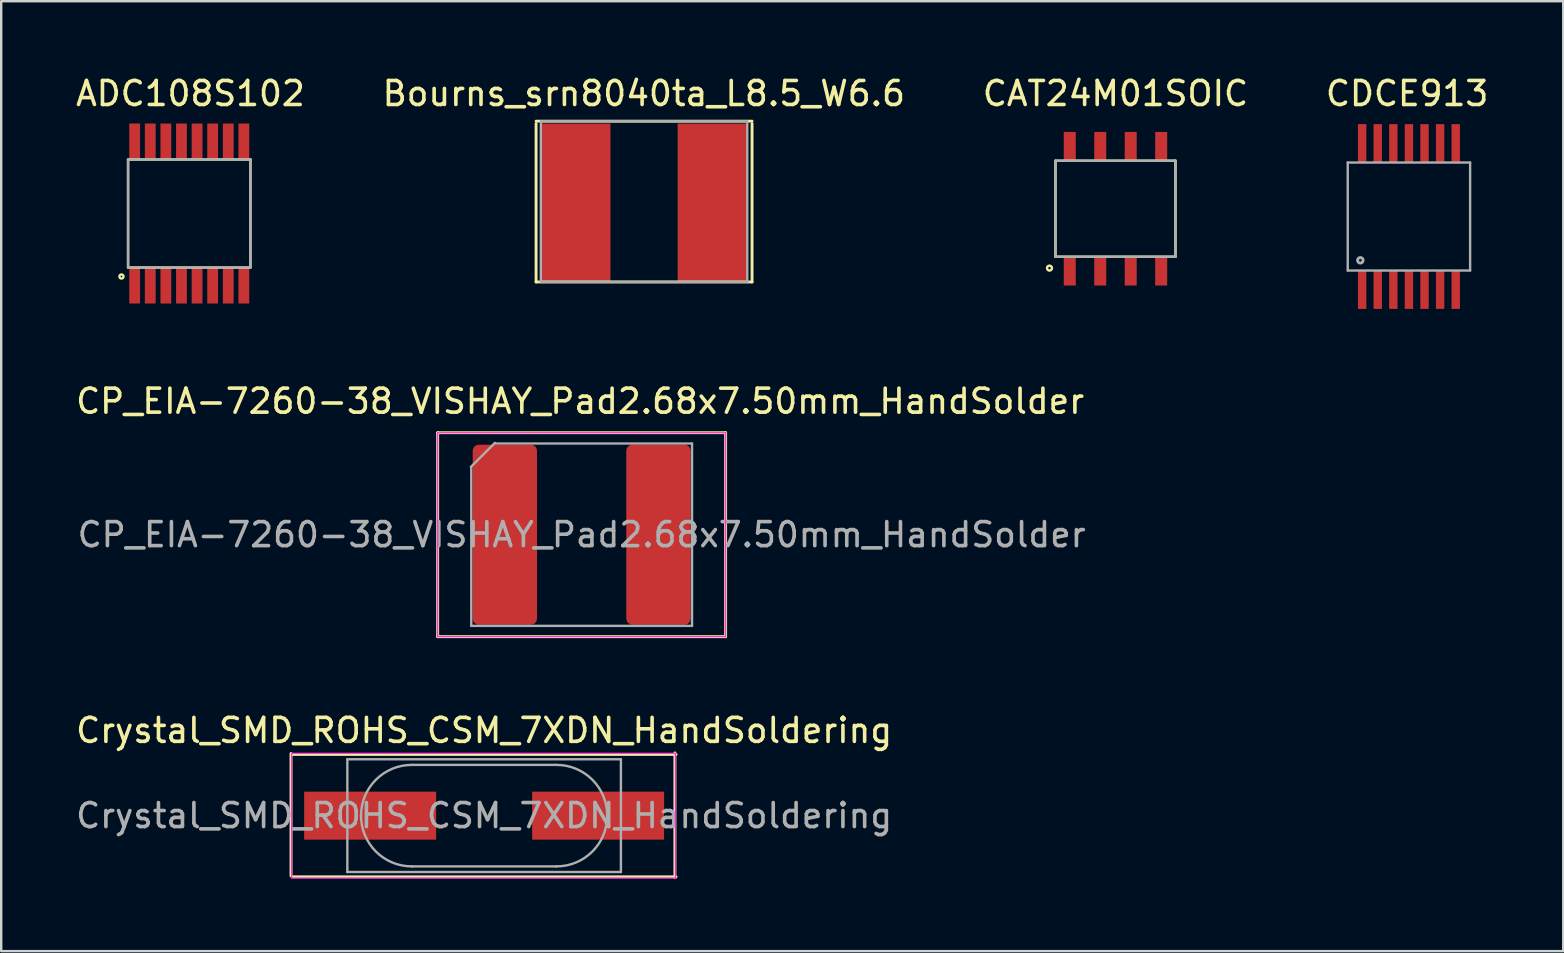
<source format=kicad_pcb>
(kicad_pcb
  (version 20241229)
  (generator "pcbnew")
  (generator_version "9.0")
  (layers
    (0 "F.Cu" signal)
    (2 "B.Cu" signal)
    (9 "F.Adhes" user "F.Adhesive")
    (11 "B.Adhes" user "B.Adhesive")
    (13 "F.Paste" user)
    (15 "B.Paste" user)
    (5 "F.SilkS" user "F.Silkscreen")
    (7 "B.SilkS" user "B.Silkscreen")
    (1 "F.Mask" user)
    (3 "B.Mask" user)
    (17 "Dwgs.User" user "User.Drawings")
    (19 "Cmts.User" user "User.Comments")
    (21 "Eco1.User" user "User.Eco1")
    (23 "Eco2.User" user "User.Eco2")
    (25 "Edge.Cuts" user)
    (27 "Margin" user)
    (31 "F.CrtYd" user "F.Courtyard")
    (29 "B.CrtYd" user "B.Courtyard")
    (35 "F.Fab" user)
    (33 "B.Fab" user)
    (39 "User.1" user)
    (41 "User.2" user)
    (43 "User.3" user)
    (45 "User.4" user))
  (footprint "CAT24M01SOIC"
    (layer "F.Cu")
    (at 43.435 5.648)
    (property "Reference" "CAT24M01SOIC" (at 0 -4.8 0) (layer "F.SilkS") (effects (font (size 1 1) (thickness 0.15))))
    (attr through_hole)
    (fp_line (start -2.5 -2) (end 2.5 -2) (stroke (width 0.1) (type solid)) (layer "F.SilkS"))
    (fp_line (start -2.5 2) (end -2.5 -2) (stroke (width 0.1) (type solid)) (layer "F.SilkS"))
    (fp_line (start 2.5 -2) (end 2.5 2) (stroke (width 0.1) (type solid)) (layer "F.SilkS"))
    (fp_line (start 2.5 2) (end -2.5 2) (stroke (width 0.1) (type solid)) (layer "F.SilkS"))
    (fp_circle (center -2.75 2.475) (end -2.647 2.475) (stroke (width 0.1) (type solid)) (fill no) (layer "F.SilkS"))
    (fp_line (start -2.5 -2) (end -2.5 2) (stroke (width 0.1) (type solid)) (layer "F.Fab"))
    (fp_line (start -2.5 -2) (end 2.5 -2) (stroke (width 0.1) (type solid)) (layer "F.Fab"))
    (fp_line (start 2.5 -2) (end 2.5 2) (stroke (width 0.1) (type solid)) (layer "F.Fab"))
    (fp_line (start 2.5 2) (end -2.5 2) (stroke (width 0.1) (type solid)) (layer "F.Fab"))
    (pad "1" smd rect (at -1.905 2) (size 0.5 1.2) (drill (offset 0 0.6)) (layers "F.Cu" "F.Mask" "F.Paste"))
    (pad "2" smd rect (at -0.635 2) (size 0.5 1.2) (drill (offset 0 0.6)) (layers "F.Cu" "F.Mask" "F.Paste"))
    (pad "3" smd rect (at 0.635 2) (size 0.5 1.2) (drill (offset 0 0.6)) (layers "F.Cu" "F.Mask" "F.Paste"))
    (pad "4" smd rect (at 1.905 2) (size 0.5 1.2) (drill (offset 0 0.6)) (layers "F.Cu" "F.Mask" "F.Paste"))
    (pad "5" smd rect (at 1.905 -2) (size 0.5 1.2) (drill (offset 0 -0.6)) (layers "F.Cu" "F.Mask" "F.Paste"))
    (pad "6" smd rect (at 0.635 -2) (size 0.5 1.2) (drill (offset 0 -0.6)) (layers "F.Cu" "F.Mask" "F.Paste"))
    (pad "7" smd rect (at -0.635 -2) (size 0.5 1.2) (drill (offset 0 -0.6)) (layers "F.Cu" "F.Mask" "F.Paste"))
    (pad "8" smd rect (at -1.905 -2) (size 0.5 1.2) (drill (offset 0 -0.6)) (layers "F.Cu" "F.Mask" "F.Paste")))
  (footprint "CP_EIA-7260-38_VISHAY_Pad2.68x7.50mm_HandSolder"
    (layer "F.Cu")
    (at 21.189 19.232)
    (property "Reference" "CP_EIA-7260-38_VISHAY_Pad2.68x7.50mm_HandSolder" (at -0.064 -5.561 0) (layer "F.SilkS") (effects (font (size 1 1) (thickness 0.15))))
    (attr smd)
    (fp_line (start -6 -4.25) (end -6 4.25) (stroke (width 0.12) (type solid)) (layer "F.SilkS"))
    (fp_line (start -6 4.25) (end 6 4.25) (stroke (width 0.12) (type solid)) (layer "F.SilkS"))
    (fp_line (start 6 -4.25) (end -6 -4.25) (stroke (width 0.12) (type solid)) (layer "F.SilkS"))
    (fp_line (start 6 -4.25) (end 6 4.25) (stroke (width 0.12) (type solid)) (layer "F.SilkS"))
    (fp_line (start -6 -4.25) (end 6 -4.25) (stroke (width 0.05) (type solid)) (layer "F.CrtYd"))
    (fp_line (start -6 4.25) (end -6 -4.25) (stroke (width 0.05) (type solid)) (layer "F.CrtYd"))
    (fp_line (start 6 -4.25) (end 6 4.25) (stroke (width 0.05) (type solid)) (layer "F.CrtYd"))
    (fp_line (start 6 4.25) (end -6 4.25) (stroke (width 0.05) (type solid)) (layer "F.CrtYd"))
    (fp_line (start -4.6 -2.8) (end -4.6 3.8) (stroke (width 0.1) (type solid)) (layer "F.Fab"))
    (fp_line (start -4.6 3.8) (end 4.6 3.8) (stroke (width 0.1) (type solid)) (layer "F.Fab"))
    (fp_line (start -3.616 -3.825) (end -4.616 -2.825) (stroke (width 0.1) (type solid)) (layer "F.Fab"))
    (fp_line (start 4.6 -3.8) (end -3.6 -3.8) (stroke (width 0.1) (type solid)) (layer "F.Fab"))
    (fp_line (start 4.6 3.8) (end 4.6 -3.8) (stroke (width 0.1) (type solid)) (layer "F.Fab"))
    (fp_text user "${REFERENCE}" (at 0 0 0) (layer "F.Fab") (effects (font (size 1 1) (thickness 0.15))))
    (pad "1" smd roundrect (at -3.2 0) (size 2.68 7.5) (layers "F.Cu" "F.Mask" "F.Paste") (roundrect_rratio 0.093))
    (pad "2" smd roundrect (at 3.2 0) (size 2.68 7.5) (layers "F.Cu" "F.Mask" "F.Paste") (roundrect_rratio 0.093)))
  (footprint "CDCE913"
    (layer "F.Cu")
    (at 55.664 5.973)
    (property "Reference" "CDCE913" (at -0.075 -5.125 0) (layer "F.SilkS") (effects (font (size 1 1) (thickness 0.15))))
    (attr through_hole)
    (fp_line (start -2.55 -2.25) (end -2.55 2.25) (stroke (width 0.1) (type solid)) (layer "F.Fab"))
    (fp_line (start -2.55 2.25) (end 2.55 2.25) (stroke (width 0.1) (type solid)) (layer "F.Fab"))
    (fp_line (start 2.55 -2.25) (end -2.55 -2.25) (stroke (width 0.1) (type solid)) (layer "F.Fab"))
    (fp_line (start 2.55 -2.25) (end 2.55 2.25) (stroke (width 0.1) (type solid)) (layer "F.Fab"))
    (fp_circle (center -2.025 1.825) (end -1.975 1.85) (stroke (width 0.12) (type solid)) (fill no) (layer "F.Fab"))
    (pad "1" smd rect (at -1.95 2.25) (size 0.35 1.6) (drill (offset 0 0.8)) (layers "F.Cu" "F.Mask" "F.Paste"))
    (pad "2" smd rect (at -1.3 2.25) (size 0.35 1.6) (drill (offset 0 0.8)) (layers "F.Cu" "F.Mask" "F.Paste"))
    (pad "3" smd rect (at -0.65 2.25) (size 0.35 1.6) (drill (offset 0 0.8)) (layers "F.Cu" "F.Mask" "F.Paste"))
    (pad "4" smd rect (at 0 2.25) (size 0.35 1.6) (drill (offset 0 0.8)) (layers "F.Cu" "F.Mask" "F.Paste"))
    (pad "5" smd rect (at 0.65 2.25) (size 0.35 1.6) (drill (offset 0 0.8)) (layers "F.Cu" "F.Mask" "F.Paste"))
    (pad "6" smd rect (at 1.3 2.25) (size 0.35 1.6) (drill (offset 0 0.8)) (layers "F.Cu" "F.Mask" "F.Paste"))
    (pad "7" smd rect (at 1.95 2.25) (size 0.35 1.6) (drill (offset 0 0.8)) (layers "F.Cu" "F.Mask" "F.Paste"))
    (pad "8" smd rect (at 1.95 -2.25) (size 0.35 1.6) (drill (offset 0 -0.8)) (layers "F.Cu" "F.Mask" "F.Paste"))
    (pad "9" smd rect (at 1.3 -2.25) (size 0.35 1.6) (drill (offset 0 -0.8)) (layers "F.Cu" "F.Mask" "F.Paste"))
    (pad "10" smd rect (at 0.65 -2.25) (size 0.35 1.6) (drill (offset 0 -0.8)) (layers "F.Cu" "F.Mask" "F.Paste"))
    (pad "11" smd rect (at 0 -2.25) (size 0.35 1.6) (drill (offset 0 -0.8)) (layers "F.Cu" "F.Mask" "F.Paste"))
    (pad "12" smd rect (at -0.65 -2.25) (size 0.35 1.6) (drill (offset 0 -0.8)) (layers "F.Cu" "F.Mask" "F.Paste"))
    (pad "13" smd rect (at -1.3 -2.25) (size 0.35 1.6) (drill (offset 0 -0.8)) (layers "F.Cu" "F.Mask" "F.Paste"))
    (pad "14" smd rect (at -1.95 -2.25) (size 0.35 1.6) (drill (offset 0 -0.8)) (layers "F.Cu" "F.Mask" "F.Paste")))
  (footprint "Bourns_srn8040ta_L8.5_W6.6"
    (layer "F.Cu")
    (at 23.79 5.4)
    (property "Reference" "Bourns_srn8040ta_L8.5_W6.6" (at -0.01 -4.552 0) (layer "F.SilkS") (effects (font (size 1 1) (thickness 0.15))))
    (attr smd)
    (fp_line (start -4.5 -3.4) (end 4.5 -3.4) (stroke (width 0.12) (type solid)) (layer "F.SilkS"))
    (fp_line (start -4.5 3.3) (end -4.5 -3.3) (stroke (width 0.12) (type solid)) (layer "F.SilkS"))
    (fp_line (start 4.5 -3.3) (end 4.5 3.3) (stroke (width 0.12) (type solid)) (layer "F.SilkS"))
    (fp_line (start 4.5 3.3) (end -4.5 3.3) (stroke (width 0.12) (type solid)) (layer "F.SilkS"))
    (fp_line (start -4.3 -3.4) (end 4.3 -3.4) (stroke (width 0.1) (type solid)) (layer "F.Fab"))
    (fp_line (start -4.3 3.3) (end -4.3 -3.3) (stroke (width 0.1) (type solid)) (layer "F.Fab"))
    (fp_line (start 4.3 -3.3) (end 4.3 3.3) (stroke (width 0.1) (type solid)) (layer "F.Fab"))
    (fp_line (start 4.3 3.3) (end -4.3 3.3) (stroke (width 0.1) (type solid)) (layer "F.Fab"))
    (pad "1" smd rect (at -2.825 0) (size 2.85 6.6) (layers "F.Cu" "F.Mask" "F.Paste"))
    (pad "2" smd rect (at 2.825 0) (size 2.85 6.6) (layers "F.Cu" "F.Mask" "F.Paste")))
  (footprint "ADC108S102"
    (layer "F.Cu")
    (at 4.837 5.848)
    (property "Reference" "ADC108S102" (at 0.05 -5 0) (layer "F.SilkS") (effects (font (size 1 1) (thickness 0.15))))
    (attr through_hole)
    (fp_line (start -2.55 -2.25) (end 2.55 -2.25) (stroke (width 0.1) (type solid)) (layer "F.SilkS"))
    (fp_line (start -2.55 2.25) (end -2.55 -2.25) (stroke (width 0.1) (type solid)) (layer "F.SilkS"))
    (fp_line (start 2.55 -2.25) (end 2.55 2.25) (stroke (width 0.1) (type solid)) (layer "F.SilkS"))
    (fp_line (start 2.55 2.25) (end -2.55 2.25) (stroke (width 0.1) (type solid)) (layer "F.SilkS"))
    (fp_circle (center -2.825 2.625) (end -2.79 2.625) (stroke (width 0.1) (type solid)) (fill no) (layer "F.SilkS"))
    (fp_line (start -2.55 2.25) (end -2.55 -2.25) (stroke (width 0.1) (type solid)) (layer "F.Fab"))
    (fp_line (start 2.55 -2.25) (end -2.55 -2.25) (stroke (width 0.1) (type solid)) (layer "F.Fab"))
    (fp_line (start 2.55 -2.25) (end 2.55 2.25) (stroke (width 0.1) (type solid)) (layer "F.Fab"))
    (fp_line (start 2.55 2.25) (end -2.55 2.25) (stroke (width 0.1) (type solid)) (layer "F.Fab"))
    (pad "1" smd rect (at -2.275 2.25) (size 0.45 1.5) (drill (offset 0 0.75)) (layers "F.Cu" "F.Mask" "F.Paste"))
    (pad "2" smd rect (at -1.625 2.25) (size 0.45 1.5) (drill (offset 0 0.75)) (layers "F.Cu" "F.Mask" "F.Paste"))
    (pad "3" smd rect (at -0.975 2.25) (size 0.45 1.5) (drill (offset 0 0.75)) (layers "F.Cu" "F.Mask" "F.Paste"))
    (pad "4" smd rect (at -0.325 2.25) (size 0.45 1.5) (drill (offset 0 0.75)) (layers "F.Cu" "F.Mask" "F.Paste"))
    (pad "5" smd rect (at 0.325 2.25) (size 0.45 1.5) (drill (offset 0 0.75)) (layers "F.Cu" "F.Mask" "F.Paste"))
    (pad "6" smd rect (at 0.975 2.25) (size 0.45 1.5) (drill (offset 0 0.75)) (layers "F.Cu" "F.Mask" "F.Paste"))
    (pad "7" smd rect (at 1.625 2.25) (size 0.45 1.5) (drill (offset 0 0.75)) (layers "F.Cu" "F.Mask" "F.Paste"))
    (pad "8" smd rect (at 2.275 2.25) (size 0.45 1.5) (drill (offset 0 0.75)) (layers "F.Cu" "F.Mask" "F.Paste"))
    (pad "9" smd rect (at 2.275 -2.25) (size 0.45 1.5) (drill (offset 0 -0.75)) (layers "F.Cu" "F.Mask" "F.Paste"))
    (pad "10" smd rect (at 1.625 -2.25) (size 0.45 1.5) (drill (offset 0 -0.75)) (layers "F.Cu" "F.Mask" "F.Paste"))
    (pad "11" smd rect (at 0.975 -2.25) (size 0.45 1.5) (drill (offset 0 -0.75)) (layers "F.Cu" "F.Mask" "F.Paste"))
    (pad "12" smd rect (at 0.325 -2.25) (size 0.45 1.5) (drill (offset 0 -0.75)) (layers "F.Cu" "F.Mask" "F.Paste"))
    (pad "13" smd rect (at -0.325 -2.25) (size 0.45 1.5) (drill (offset 0 -0.75)) (layers "F.Cu" "F.Mask" "F.Paste"))
    (pad "14" smd rect (at -0.975 -2.25) (size 0.45 1.5) (drill (offset 0 -0.75)) (layers "F.Cu" "F.Mask" "F.Paste"))
    (pad "15" smd rect (at -1.625 -2.25) (size 0.45 1.5) (drill (offset 0 -0.75)) (layers "F.Cu" "F.Mask" "F.Paste"))
    (pad "16" smd rect (at -2.275 -2.25) (size 0.45 1.5) (drill (offset 0 -0.75)) (layers "F.Cu" "F.Mask" "F.Paste")))
  (footprint "Crystal_SMD_ROHS_CSM_7XDN_HandSoldering"
    (layer "F.Cu")
    (at 17.125 30.94)
    (property "Reference" "Crystal_SMD_ROHS_CSM_7XDN_HandSoldering" (at 0 -3.55 0) (layer "F.SilkS") (effects (font (size 1 1) (thickness 0.15))))
    (attr smd)
    (fp_line (start -8.047 -2.591) (end -8.047 2.509) (stroke (width 0.12) (type solid)) (layer "F.SilkS"))
    (fp_line (start -8 2.55) (end 8 2.55) (stroke (width 0.12) (type solid)) (layer "F.SilkS"))
    (fp_line (start 7.95 2.586) (end 7.95 -2.614) (stroke (width 0.12) (type solid)) (layer "F.SilkS"))
    (fp_line (start 8 -2.55) (end -8 -2.55) (stroke (width 0.12) (type solid)) (layer "F.SilkS"))
    (fp_line (start -8.021 -2.596) (end -8.021 2.604) (stroke (width 0.05) (type solid)) (layer "F.CrtYd"))
    (fp_line (start -8 2.6) (end 8 2.6) (stroke (width 0.05) (type solid)) (layer "F.CrtYd"))
    (fp_line (start 7.976 2.611) (end 7.976 -2.589) (stroke (width 0.05) (type solid)) (layer "F.CrtYd"))
    (fp_line (start 8 -2.6) (end -8 -2.6) (stroke (width 0.05) (type solid)) (layer "F.CrtYd"))
    (fp_line (start -5.7 -2.35) (end -5.7 2.35) (stroke (width 0.1) (type solid)) (layer "F.Fab"))
    (fp_line (start -5.7 2.35) (end 5.7 2.35) (stroke (width 0.1) (type solid)) (layer "F.Fab"))
    (fp_line (start -3.015 -2.115) (end 3.015 -2.115) (stroke (width 0.1) (type solid)) (layer "F.Fab"))
    (fp_line (start -3.015 2.115) (end 3.015 2.115) (stroke (width 0.1) (type solid)) (layer "F.Fab"))
    (fp_line (start 5.7 -2.35) (end -5.7 -2.35) (stroke (width 0.1) (type solid)) (layer "F.Fab"))
    (fp_line (start 5.7 2.35) (end 5.7 -2.35) (stroke (width 0.1) (type solid)) (layer "F.Fab"))
    (fp_arc (start -3.015 2.115) (mid -5.13 0) (end -3.015 -2.115) (stroke (width 0.1) (type solid)) (layer "F.Fab"))
    (fp_arc (start 3.015 -2.115) (mid 5.13 0) (end 3.015 2.115) (stroke (width 0.1) (type solid)) (layer "F.Fab"))
    (fp_text user "${REFERENCE}" (at 0 0 0) (layer "F.Fab") (effects (font (size 1 1) (thickness 0.15))))
    (pad "1" smd rect (at -4.75 0) (size 5.5 2) (layers "F.Cu" "F.Mask" "F.Paste"))
    (pad "2" smd rect (at 4.75 0) (size 5.5 2) (layers "F.Cu" "F.Mask" "F.Paste")))
  (gr_rect
    (start -3 -3)
    (end 62.095 36.586)
    (stroke (width 0.1) (type default))
    (fill no)
    (layer "Edge.Cuts")))
</source>
